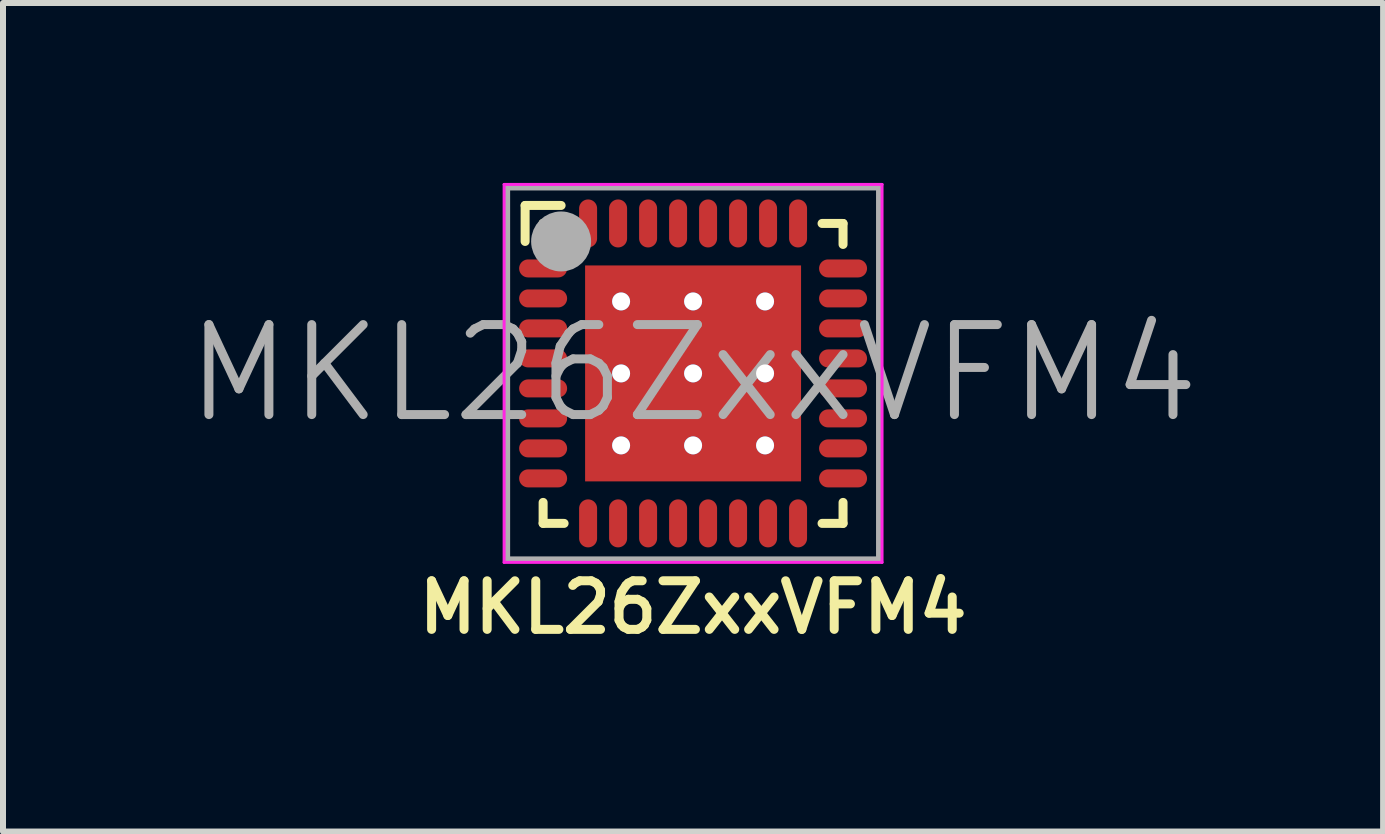
<source format=kicad_pcb>
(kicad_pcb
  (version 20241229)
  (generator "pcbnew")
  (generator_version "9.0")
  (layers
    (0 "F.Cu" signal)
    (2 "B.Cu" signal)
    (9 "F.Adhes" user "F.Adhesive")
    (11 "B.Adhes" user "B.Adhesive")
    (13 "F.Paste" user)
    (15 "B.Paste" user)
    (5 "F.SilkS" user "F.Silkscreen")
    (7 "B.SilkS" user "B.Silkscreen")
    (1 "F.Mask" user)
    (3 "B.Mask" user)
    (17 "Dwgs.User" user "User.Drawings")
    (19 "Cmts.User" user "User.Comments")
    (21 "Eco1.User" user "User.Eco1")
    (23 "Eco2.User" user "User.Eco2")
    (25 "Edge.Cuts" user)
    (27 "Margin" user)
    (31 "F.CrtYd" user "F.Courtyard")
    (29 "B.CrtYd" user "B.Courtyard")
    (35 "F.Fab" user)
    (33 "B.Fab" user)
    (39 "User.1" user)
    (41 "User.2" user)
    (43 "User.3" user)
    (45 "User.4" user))
  (footprint "MKL26ZxxVFM4"
    (layer "F.Cu")
    (at 8.504 3.175)
    (property "Reference" "MKL26ZxxVFM4" (at 0 3.9 0) (layer "F.SilkS") (effects (font (size 0.81 0.81) (thickness 0.15))))
    (attr through_hole)
    (fp_line (start -2.8 -2.8) (end -2.2 -2.8) (stroke (width 0.15) (type solid)) (layer "F.SilkS"))
    (fp_line (start -2.8 -2.2) (end -2.8 -2.8) (stroke (width 0.15) (type solid)) (layer "F.SilkS"))
    (fp_line (start -2.5 -2.15) (end -2.5 -2.5) (stroke (width 0.15) (type solid)) (layer "F.SilkS"))
    (fp_line (start -2.5 -2.15) (end -2.15 -2.5) (stroke (width 0.15) (type solid)) (layer "F.SilkS"))
    (fp_line (start -2.5 2.15) (end -2.5 2.5) (stroke (width 0.15) (type solid)) (layer "F.SilkS"))
    (fp_line (start -2.15 -2.5) (end -2.5 -2.5) (stroke (width 0.15) (type solid)) (layer "F.SilkS"))
    (fp_line (start -2.15 2.5) (end -2.5 2.5) (stroke (width 0.15) (type solid)) (layer "F.SilkS"))
    (fp_line (start 2.15 -2.5) (end 2.5 -2.5) (stroke (width 0.15) (type solid)) (layer "F.SilkS"))
    (fp_line (start 2.15 2.5) (end 2.5 2.5) (stroke (width 0.15) (type solid)) (layer "F.SilkS"))
    (fp_line (start 2.5 -2.15) (end 2.5 -2.5) (stroke (width 0.15) (type solid)) (layer "F.SilkS"))
    (fp_line (start 2.5 2.15) (end 2.5 2.5) (stroke (width 0.15) (type solid)) (layer "F.SilkS"))
    (fp_line (start -3.15 -3.15) (end -3.15 3.15) (stroke (width 0.05) (type solid)) (layer "F.CrtYd"))
    (fp_line (start -3.15 3.15) (end 3.15 3.15) (stroke (width 0.05) (type solid)) (layer "F.CrtYd"))
    (fp_line (start 3.15 -3.15) (end -3.15 -3.15) (stroke (width 0.05) (type solid)) (layer "F.CrtYd"))
    (fp_line (start 3.15 3.15) (end 3.15 -3.15) (stroke (width 0.05) (type solid)) (layer "F.CrtYd"))
    (fp_line (start -3.1 -3.1) (end 3.1 -3.1) (stroke (width 0.1) (type solid)) (layer "F.Fab"))
    (fp_line (start -3.1 3.1) (end -3.1 -3.1) (stroke (width 0.1) (type solid)) (layer "F.Fab"))
    (fp_line (start 3.1 -3.1) (end 3.1 3.1) (stroke (width 0.1) (type solid)) (layer "F.Fab"))
    (fp_line (start 3.1 3.1) (end -3.1 3.1) (stroke (width 0.1) (type solid)) (layer "F.Fab"))
    (fp_circle (center -2.2 -2.2) (end -1.95 -2.2) (stroke (width 0.5) (type solid)) (fill no) (layer "F.Fab"))
    (fp_text user "${REFERENCE}" (at 0 0 0) (layer "F.Fab") (effects (font (size 1.5 1.5) (thickness 0.15))))
    (pad "1" smd oval (at -2.5 -1.75) (size 0.8 0.3) (layers "F.Cu" "F.Mask" "F.Paste"))
    (pad "2" smd oval (at -2.5 -1.25) (size 0.8 0.3) (layers "F.Cu" "F.Mask" "F.Paste"))
    (pad "3" smd oval (at -2.5 -0.75) (size 0.8 0.3) (layers "F.Cu" "F.Mask" "F.Paste"))
    (pad "4" smd oval (at -2.5 -0.25) (size 0.8 0.3) (layers "F.Cu" "F.Mask" "F.Paste"))
    (pad "5" smd oval (at -2.5 0.25) (size 0.8 0.3) (layers "F.Cu" "F.Mask" "F.Paste"))
    (pad "6" smd oval (at -2.5 0.75) (size 0.8 0.3) (layers "F.Cu" "F.Mask" "F.Paste"))
    (pad "7" smd oval (at -2.5 1.25) (size 0.8 0.3) (layers "F.Cu" "F.Mask" "F.Paste"))
    (pad "8" smd oval (at -2.5 1.75) (size 0.8 0.3) (layers "F.Cu" "F.Mask" "F.Paste"))
    (pad "9" smd oval (at -1.75 2.5 90) (size 0.8 0.3) (layers "F.Cu" "F.Mask" "F.Paste"))
    (pad "10" smd oval (at -1.25 2.5 90) (size 0.8 0.3) (layers "F.Cu" "F.Mask" "F.Paste"))
    (pad "11" smd oval (at -0.75 2.5 90) (size 0.8 0.3) (layers "F.Cu" "F.Mask" "F.Paste"))
    (pad "12" smd oval (at -0.25 2.5 90) (size 0.8 0.3) (layers "F.Cu" "F.Mask" "F.Paste"))
    (pad "13" smd oval (at 0.25 2.5 90) (size 0.8 0.3) (layers "F.Cu" "F.Mask" "F.Paste"))
    (pad "14" smd oval (at 0.75 2.5 90) (size 0.8 0.3) (layers "F.Cu" "F.Mask" "F.Paste"))
    (pad "15" smd oval (at 1.25 2.5 90) (size 0.8 0.3) (layers "F.Cu" "F.Mask" "F.Paste"))
    (pad "16" smd oval (at 1.75 2.5 90) (size 0.8 0.3) (layers "F.Cu" "F.Mask" "F.Paste"))
    (pad "17" smd oval (at 2.5 1.75) (size 0.8 0.3) (layers "F.Cu" "F.Mask" "F.Paste"))
    (pad "18" smd oval (at 2.5 1.25) (size 0.8 0.3) (layers "F.Cu" "F.Mask" "F.Paste"))
    (pad "19" smd oval (at 2.5 0.75) (size 0.8 0.3) (layers "F.Cu" "F.Mask" "F.Paste"))
    (pad "20" smd oval (at 2.5 0.25) (size 0.8 0.3) (layers "F.Cu" "F.Mask" "F.Paste"))
    (pad "21" smd oval (at 2.5 -0.25) (size 0.8 0.3) (layers "F.Cu" "F.Mask" "F.Paste"))
    (pad "22" smd oval (at 2.5 -0.75) (size 0.8 0.3) (layers "F.Cu" "F.Mask" "F.Paste"))
    (pad "23" smd oval (at 2.5 -1.25) (size 0.8 0.3) (layers "F.Cu" "F.Mask" "F.Paste"))
    (pad "24" smd oval (at 2.5 -1.75) (size 0.8 0.3) (layers "F.Cu" "F.Mask" "F.Paste"))
    (pad "25" smd oval (at 1.75 -2.5 90) (size 0.8 0.3) (layers "F.Cu" "F.Mask" "F.Paste"))
    (pad "26" smd oval (at 1.25 -2.5 90) (size 0.8 0.3) (layers "F.Cu" "F.Mask" "F.Paste"))
    (pad "27" smd oval (at 0.75 -2.5 90) (size 0.8 0.3) (layers "F.Cu" "F.Mask" "F.Paste"))
    (pad "28" smd oval (at 0.25 -2.5 90) (size 0.8 0.3) (layers "F.Cu" "F.Mask" "F.Paste"))
    (pad "29" smd oval (at -0.25 -2.5 90) (size 0.8 0.3) (layers "F.Cu" "F.Mask" "F.Paste"))
    (pad "30" smd oval (at -0.75 -2.5 90) (size 0.8 0.3) (layers "F.Cu" "F.Mask" "F.Paste"))
    (pad "31" smd oval (at -1.25 -2.5 90) (size 0.8 0.3) (layers "F.Cu" "F.Mask" "F.Paste"))
    (pad "32" smd oval (at -1.75 -2.5 90) (size 0.8 0.3) (layers "F.Cu" "F.Mask" "F.Paste"))
    (pad "FLAG" thru_hole circle (at -1.2 -1.2) (size 0.3 0.3) (drill 0.3) (layers "*.Cu"))
    (pad "FLAG" thru_hole circle (at -1.2 0) (size 0.3 0.3) (drill 0.3) (layers "*.Cu"))
    (pad "FLAG" thru_hole circle (at -1.2 1.2) (size 0.3 0.3) (drill 0.3) (layers "*.Cu"))
    (pad "FLAG" smd rect (at -0.786 -0.786) (size 1.273 1.273) (layers "F.Cu" "F.Paste"))
    (pad "FLAG" smd rect (at -0.786 0.786) (size 1.273 1.273) (layers "F.Cu" "F.Paste"))
    (pad "FLAG" thru_hole circle (at 0 -1.2) (size 0.3 0.3) (drill 0.3) (layers "*.Cu"))
    (pad "FLAG" thru_hole circle (at 0 0) (size 0.3 0.3) (drill 0.3) (layers "*.Cu"))
    (pad "FLAG" smd rect (at 0 0) (size 3.6 3.6) (layers "F.Cu" "F.Mask"))
    (pad "FLAG" thru_hole circle (at 0 1.2) (size 0.3 0.3) (drill 0.3) (layers "*.Cu"))
    (pad "FLAG" smd rect (at 0.786 -0.786) (size 1.273 1.273) (layers "F.Cu" "F.Paste"))
    (pad "FLAG" smd rect (at 0.786 0.786) (size 1.273 1.273) (layers "F.Cu" "F.Paste"))
    (pad "FLAG" thru_hole circle (at 1.2 -1.2) (size 0.3 0.3) (drill 0.3) (layers "*.Cu"))
    (pad "FLAG" thru_hole circle (at 1.2 0) (size 0.3 0.3) (drill 0.3) (layers "*.Cu"))
    (pad "FLAG" thru_hole circle (at 1.2 1.2) (size 0.3 0.3) (drill 0.3) (layers "*.Cu")))
  (gr_rect
    (start -3 -3)
    (end 20.007 10.812)
    (stroke (width 0.1) (type default))
    (fill no)
    (layer "Edge.Cuts")))
</source>
